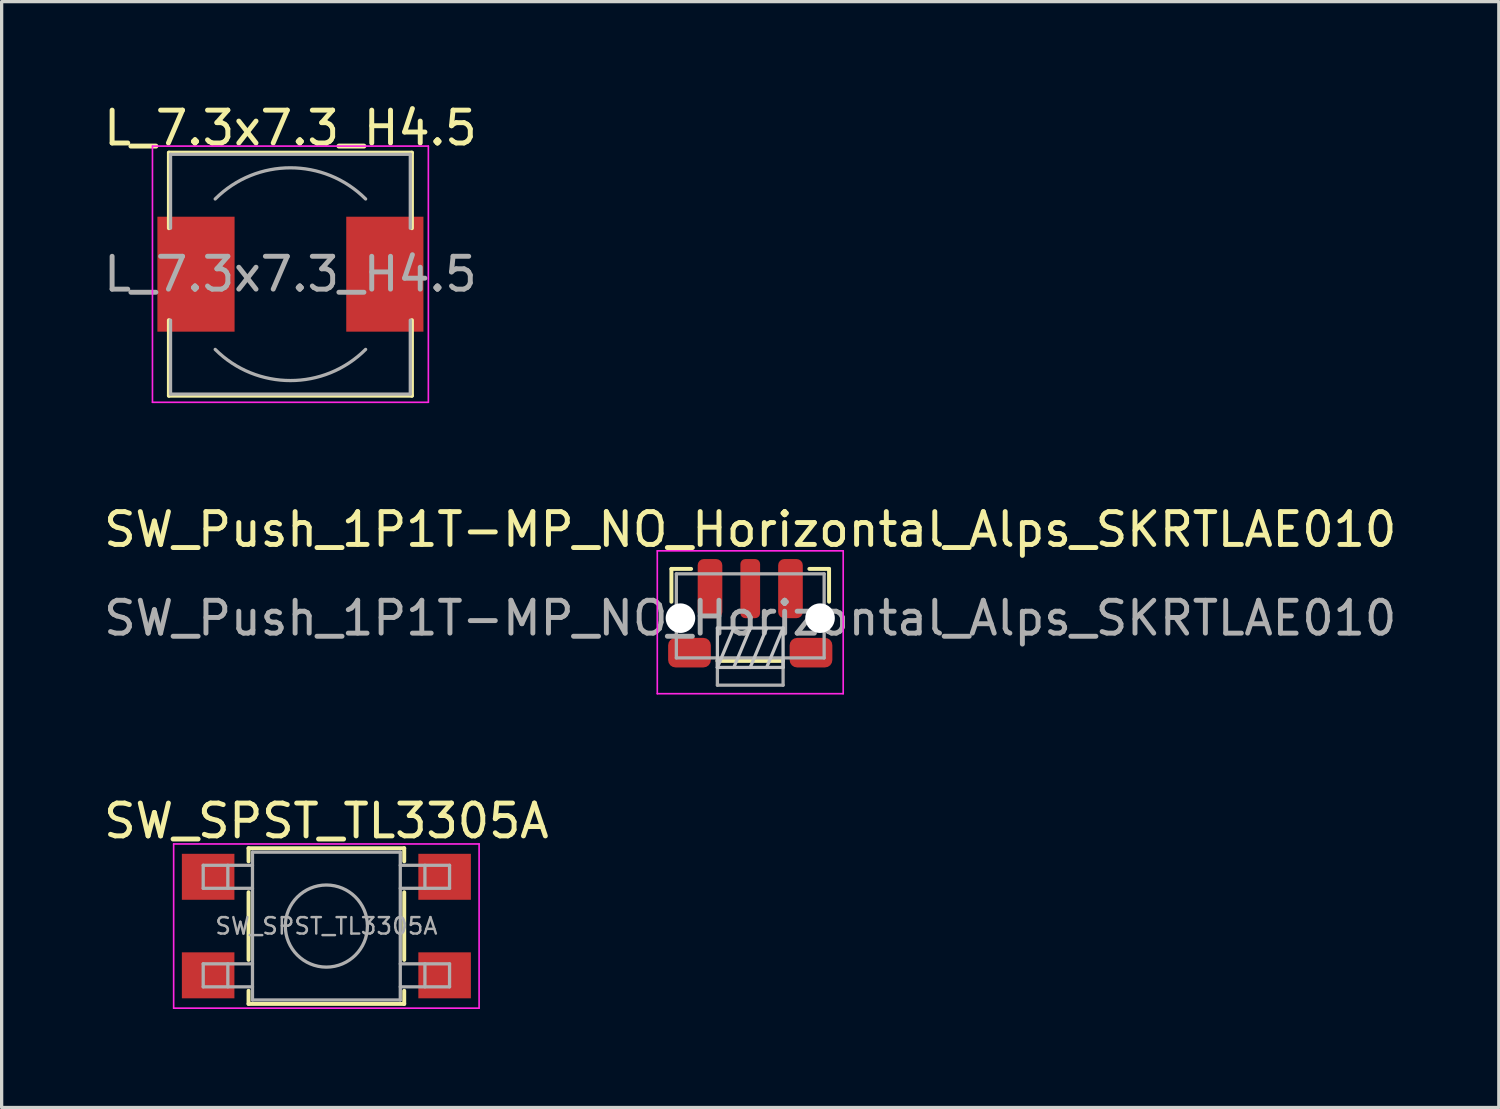
<source format=kicad_pcb>
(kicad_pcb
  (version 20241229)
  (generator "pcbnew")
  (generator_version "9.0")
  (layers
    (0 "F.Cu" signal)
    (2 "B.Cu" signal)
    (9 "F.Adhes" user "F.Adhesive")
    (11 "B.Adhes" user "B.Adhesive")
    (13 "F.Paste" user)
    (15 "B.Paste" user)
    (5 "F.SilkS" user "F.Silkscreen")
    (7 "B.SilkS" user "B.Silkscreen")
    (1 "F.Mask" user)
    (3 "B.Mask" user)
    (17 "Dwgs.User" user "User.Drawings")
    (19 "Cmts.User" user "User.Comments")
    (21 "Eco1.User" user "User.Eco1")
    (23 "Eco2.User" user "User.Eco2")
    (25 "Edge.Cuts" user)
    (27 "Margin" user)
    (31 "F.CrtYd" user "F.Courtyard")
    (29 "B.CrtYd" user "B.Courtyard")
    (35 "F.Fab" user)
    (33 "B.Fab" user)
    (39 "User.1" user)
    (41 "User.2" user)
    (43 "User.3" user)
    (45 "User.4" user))
  (footprint "SW_SPST_TL3305A"
    (layer "F.Cu")
    (at 6.887 25.145)
    (property "Reference" "SW_SPST_TL3305A" (at 0 -3.2 0) (layer "F.SilkS") (effects (font (size 1 1) (thickness 0.15))))
    (attr smd)
    (fp_line (start -2.37 -2.37) (end -2.37 -1.97) (stroke (width 0.12) (type solid)) (layer "F.SilkS"))
    (fp_line (start -2.37 -2.37) (end 2.37 -2.37) (stroke (width 0.12) (type solid)) (layer "F.SilkS"))
    (fp_line (start -2.37 1.03) (end -2.37 -1.03) (stroke (width 0.12) (type solid)) (layer "F.SilkS"))
    (fp_line (start -2.37 2.37) (end -2.37 1.97) (stroke (width 0.12) (type solid)) (layer "F.SilkS"))
    (fp_line (start -2.37 2.37) (end 2.37 2.37) (stroke (width 0.12) (type solid)) (layer "F.SilkS"))
    (fp_line (start 2.37 -2.37) (end 2.37 -1.97) (stroke (width 0.12) (type solid)) (layer "F.SilkS"))
    (fp_line (start 2.37 1.03) (end 2.37 -1.03) (stroke (width 0.12) (type solid)) (layer "F.SilkS"))
    (fp_line (start 2.37 2.37) (end 2.37 1.97) (stroke (width 0.12) (type solid)) (layer "F.SilkS"))
    (fp_line (start -4.65 -2.5) (end 4.65 -2.5) (stroke (width 0.05) (type solid)) (layer "F.CrtYd"))
    (fp_line (start -4.65 2.5) (end -4.65 -2.5) (stroke (width 0.05) (type solid)) (layer "F.CrtYd"))
    (fp_line (start 4.65 -2.5) (end 4.65 2.5) (stroke (width 0.05) (type solid)) (layer "F.CrtYd"))
    (fp_line (start 4.65 2.5) (end -4.65 2.5) (stroke (width 0.05) (type solid)) (layer "F.CrtYd"))
    (fp_line (start -3.75 -1.85) (end -3.75 -1.15) (stroke (width 0.1) (type solid)) (layer "F.Fab"))
    (fp_line (start -3.75 -1.15) (end -2.25 -1.15) (stroke (width 0.1) (type solid)) (layer "F.Fab"))
    (fp_line (start -3.75 1.15) (end -3.75 1.85) (stroke (width 0.1) (type solid)) (layer "F.Fab"))
    (fp_line (start -3.75 1.85) (end -2.25 1.85) (stroke (width 0.1) (type solid)) (layer "F.Fab"))
    (fp_line (start -3 -1.85) (end -3 -1.15) (stroke (width 0.1) (type solid)) (layer "F.Fab"))
    (fp_line (start -3 1.15) (end -3 1.85) (stroke (width 0.1) (type solid)) (layer "F.Fab"))
    (fp_line (start -2.25 -2.25) (end 2.25 -2.25) (stroke (width 0.1) (type solid)) (layer "F.Fab"))
    (fp_line (start -2.25 -1.85) (end -3.75 -1.85) (stroke (width 0.1) (type solid)) (layer "F.Fab"))
    (fp_line (start -2.25 1.15) (end -3.75 1.15) (stroke (width 0.1) (type solid)) (layer "F.Fab"))
    (fp_line (start -2.25 2.25) (end -2.25 -2.25) (stroke (width 0.1) (type solid)) (layer "F.Fab"))
    (fp_line (start 2.25 -2.25) (end 2.25 2.25) (stroke (width 0.1) (type solid)) (layer "F.Fab"))
    (fp_line (start 2.25 -1.15) (end 3.75 -1.15) (stroke (width 0.1) (type solid)) (layer "F.Fab"))
    (fp_line (start 2.25 1.15) (end 3.75 1.15) (stroke (width 0.1) (type solid)) (layer "F.Fab"))
    (fp_line (start 2.25 2.25) (end -2.25 2.25) (stroke (width 0.1) (type solid)) (layer "F.Fab"))
    (fp_line (start 3 -1.85) (end 3 -1.15) (stroke (width 0.1) (type solid)) (layer "F.Fab"))
    (fp_line (start 3 1.15) (end 3 1.85) (stroke (width 0.1) (type solid)) (layer "F.Fab"))
    (fp_line (start 3.75 -1.85) (end 2.25 -1.85) (stroke (width 0.1) (type solid)) (layer "F.Fab"))
    (fp_line (start 3.75 -1.15) (end 3.75 -1.85) (stroke (width 0.1) (type solid)) (layer "F.Fab"))
    (fp_line (start 3.75 1.15) (end 3.75 1.85) (stroke (width 0.1) (type solid)) (layer "F.Fab"))
    (fp_line (start 3.75 1.85) (end 2.25 1.85) (stroke (width 0.1) (type solid)) (layer "F.Fab"))
    (fp_circle (center 0 0) (end 1.25 0) (stroke (width 0.1) (type solid)) (fill no) (layer "F.Fab"))
    (fp_text user "${REFERENCE}" (at 0 0 0) (layer "F.Fab") (effects (font (size 0.5 0.5) (thickness 0.075))))
    (pad "1" smd rect (at -3.6 -1.5) (size 1.6 1.4) (layers "F.Cu" "F.Mask" "F.Paste"))
    (pad "1" smd rect (at 3.6 -1.5) (size 1.6 1.4) (layers "F.Cu" "F.Mask" "F.Paste"))
    (pad "2" smd rect (at -3.6 1.5) (size 1.6 1.4) (layers "F.Cu" "F.Mask" "F.Paste"))
    (pad "2" smd rect (at 3.6 1.5) (size 1.6 1.4) (layers "F.Cu" "F.Mask" "F.Paste")))
  (footprint "L_7.3x7.3_H4.5"
    (layer "F.Cu")
    (at 5.792 5.298)
    (property "Reference" "L_7.3x7.3_H4.5" (at 0 -4.45 0) (layer "F.SilkS") (effects (font (size 1 1) (thickness 0.15))))
    (attr smd)
    (fp_line (start -3.7 -3.7) (end 3.7 -3.7) (stroke (width 0.12) (type solid)) (layer "F.SilkS"))
    (fp_line (start -3.7 -1.4) (end -3.7 -3.7) (stroke (width 0.12) (type solid)) (layer "F.SilkS"))
    (fp_line (start -3.7 3.7) (end -3.7 1.4) (stroke (width 0.12) (type solid)) (layer "F.SilkS"))
    (fp_line (start 3.7 -3.7) (end 3.7 -1.4) (stroke (width 0.12) (type solid)) (layer "F.SilkS"))
    (fp_line (start 3.7 1.4) (end 3.7 3.7) (stroke (width 0.12) (type solid)) (layer "F.SilkS"))
    (fp_line (start 3.7 3.7) (end -3.7 3.7) (stroke (width 0.12) (type solid)) (layer "F.SilkS"))
    (fp_line (start -4.2 -3.9) (end -4.2 3.9) (stroke (width 0.05) (type solid)) (layer "F.CrtYd"))
    (fp_line (start -4.2 3.9) (end 4.2 3.9) (stroke (width 0.05) (type solid)) (layer "F.CrtYd"))
    (fp_line (start 4.2 -3.9) (end -4.2 -3.9) (stroke (width 0.05) (type solid)) (layer "F.CrtYd"))
    (fp_line (start 4.2 3.9) (end 4.2 -3.9) (stroke (width 0.05) (type solid)) (layer "F.CrtYd"))
    (fp_line (start -3.65 -3.65) (end -3.65 -1.4) (stroke (width 0.1) (type solid)) (layer "F.Fab"))
    (fp_line (start -3.65 -3.65) (end 3.65 -3.65) (stroke (width 0.1) (type solid)) (layer "F.Fab"))
    (fp_line (start -3.65 3.65) (end -3.65 1.4) (stroke (width 0.1) (type solid)) (layer "F.Fab"))
    (fp_line (start 3.65 -3.65) (end 3.65 -1.4) (stroke (width 0.1) (type solid)) (layer "F.Fab"))
    (fp_line (start 3.65 3.65) (end -3.65 3.65) (stroke (width 0.1) (type solid)) (layer "F.Fab"))
    (fp_line (start 3.65 3.65) (end 3.65 1.4) (stroke (width 0.1) (type solid)) (layer "F.Fab"))
    (fp_arc (start -2.29 -2.29) (mid 0 -3.238549) (end 2.29 -2.29) (stroke (width 0.1) (type solid)) (layer "F.Fab"))
    (fp_arc (start 2.29 2.29) (mid 0 3.238549) (end -2.29 2.29) (stroke (width 0.1) (type solid)) (layer "F.Fab"))
    (fp_text user "${REFERENCE}" (at 0 0 0) (layer "F.Fab") (effects (font (size 1 1) (thickness 0.15))))
    (pad "1" smd rect (at -2.875 0) (size 2.35 3.5) (layers "F.Cu" "F.Mask" "F.Paste"))
    (pad "2" smd rect (at 2.875 0) (size 2.35 3.5) (layers "F.Cu" "F.Mask" "F.Paste")))
  (footprint "SW_Push_1P1T-MP_NO_Horizontal_Alps_SKRTLAE010"
    (layer "F.Cu")
    (at 19.792 15.771)
    (property "Reference" "SW_Push_1P1T-MP_NO_Horizontal_Alps_SKRTLAE010" (at 0 -2.7 180) (layer "F.SilkS") (effects (font (size 1 1) (thickness 0.15))))
    (attr smd)
    (fp_line (start -2.4 -1.5) (end -2.4 -0.5) (stroke (width 0.12) (type solid)) (layer "F.SilkS"))
    (fp_line (start -1.8 -1.5) (end -2.4 -1.5) (stroke (width 0.12) (type solid)) (layer "F.SilkS"))
    (fp_line (start -1 1.3) (end 1 1.3) (stroke (width 0.12) (type solid)) (layer "F.SilkS"))
    (fp_line (start 1.8 -1.5) (end 2.4 -1.5) (stroke (width 0.12) (type solid)) (layer "F.SilkS"))
    (fp_line (start 2.4 -1.5) (end 2.4 -0.5) (stroke (width 0.12) (type solid)) (layer "F.SilkS"))
    (fp_line (start -1 0.3) (end -1 1.5) (stroke (width 0.1) (type solid)) (layer "Dwgs.User"))
    (fp_line (start -1 1.5) (end -0.5 0.3) (stroke (width 0.1) (type solid)) (layer "Dwgs.User"))
    (fp_line (start -1 1.5) (end 1 1.5) (stroke (width 0.1) (type solid)) (layer "Dwgs.User"))
    (fp_line (start -0.5 1.5) (end 0 0.3) (stroke (width 0.1) (type solid)) (layer "Dwgs.User"))
    (fp_line (start 0 1.5) (end 0.5 0.3) (stroke (width 0.1) (type solid)) (layer "Dwgs.User"))
    (fp_line (start 0.5 1.5) (end 1 0.3) (stroke (width 0.1) (type solid)) (layer "Dwgs.User"))
    (fp_line (start 1 0.3) (end -1 0.3) (stroke (width 0.1) (type solid)) (layer "Dwgs.User"))
    (fp_line (start 1 1.5) (end 1 0.3) (stroke (width 0.1) (type solid)) (layer "Dwgs.User"))
    (fp_line (start -2.83 -2.05) (end -2.83 2.3) (stroke (width 0.05) (type solid)) (layer "F.CrtYd"))
    (fp_line (start -2.83 -2.05) (end 2.83 -2.05) (stroke (width 0.05) (type solid)) (layer "F.CrtYd"))
    (fp_line (start -2.83 2.3) (end 2.83 2.3) (stroke (width 0.05) (type solid)) (layer "F.CrtYd"))
    (fp_line (start 2.83 -2.05) (end 2.83 2.3) (stroke (width 0.05) (type solid)) (layer "F.CrtYd"))
    (fp_line (start -2.25 -1.35) (end -2.25 1.21) (stroke (width 0.1) (type solid)) (layer "F.Fab"))
    (fp_line (start -2.25 -1.35) (end 2.25 -1.35) (stroke (width 0.1) (type solid)) (layer "F.Fab"))
    (fp_line (start -2.25 1.21) (end 2.25 1.21) (stroke (width 0.1) (type solid)) (layer "F.Fab"))
    (fp_line (start -1 2.04) (end -1 1.21) (stroke (width 0.1) (type solid)) (layer "F.Fab"))
    (fp_line (start -1 2.04) (end 1 2.04) (stroke (width 0.1) (type solid)) (layer "F.Fab"))
    (fp_line (start 1 2.04) (end 1 1.21) (stroke (width 0.1) (type solid)) (layer "F.Fab"))
    (fp_line (start 2.25 -1.35) (end 2.25 1.21) (stroke (width 0.1) (type solid)) (layer "F.Fab"))
    (fp_text user "${REFERENCE}" (at 0 0 0) (layer "F.Fab") (effects (font (size 1 1) (thickness 0.15))))
    (pad "" np_thru_hole circle (at -2.125 0) (size 0.9 0.9) (drill 0.9) (layers "*.Cu" "*.Mask"))
    (pad "" np_thru_hole circle (at 2.125 0) (size 0.9 0.9) (drill 0.9) (layers "*.Cu" "*.Mask"))
    (pad "1" smd roundrect (at -1.225 -0.9) (size 0.75 1.8) (layers "F.Cu" "F.Mask" "F.Paste") (roundrect_rratio 0.25))
    (pad "1" smd roundrect (at 1.225 -0.9) (size 0.75 1.8) (layers "F.Cu" "F.Mask" "F.Paste") (roundrect_rratio 0.25))
    (pad "2" smd roundrect (at 0 -0.9) (size 0.6 1.8) (layers "F.Cu" "F.Mask" "F.Paste") (roundrect_rratio 0.25))
    (pad "MP" smd roundrect (at -1.85 1.05) (size 1.3 0.9) (layers "F.Cu" "F.Mask" "F.Paste") (roundrect_rratio 0.25))
    (pad "MP" smd roundrect (at 1.85 1.05) (size 1.3 0.9) (layers "F.Cu" "F.Mask" "F.Paste") (roundrect_rratio 0.25)))
  (gr_rect
    (start -3 -3)
    (end 42.583 30.67)
    (stroke (width 0.1) (type default))
    (fill no)
    (layer "Edge.Cuts")))
</source>
